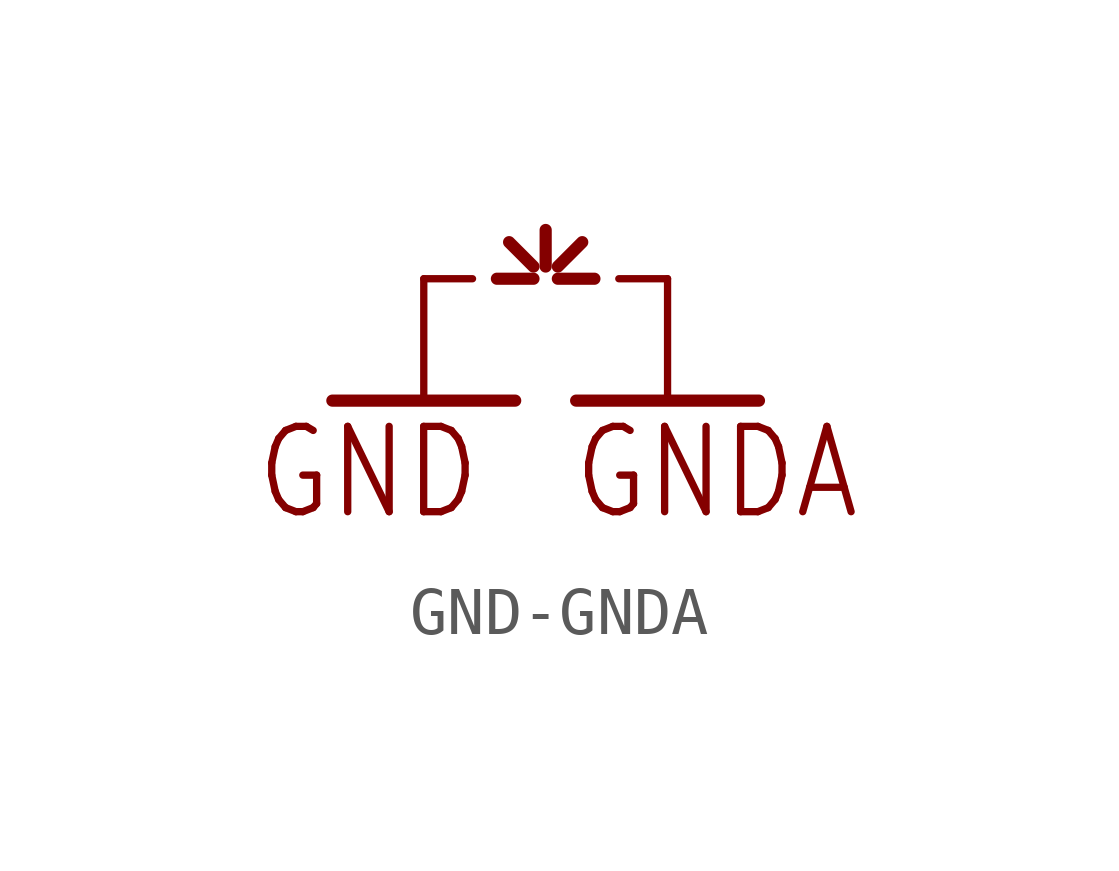
<source format=kicad_sym>
(kicad_symbol_lib
  (version 20231120)
  (generator "kicad_symbol_editor")
  (generator_version "8.0")
  (symbol "GND-GNDA"
    (property "Reference" "~NUDEV~"
      (at 0 0 0)
      (effects (font (size 1.27 1.27)) (hide yes)))
    (property "ki_locked" ""
      (at 0 0 0)
      (effects (font (size 1.27 1.27))))
    (symbol "GND-GNDA_1_0"
      (polyline (pts (xy -4.445 0) (xy -0.635 0)) (stroke (width 0.254) (type solid)) (fill (type none)))
      (polyline (pts (xy -2.54 2.54) (xy -1.524 2.54)) (stroke (width 0.152) (type solid)) (fill (type none)))
      (polyline (pts (xy -1.016 2.54) (xy -0.254 2.54)) (stroke (width 0.254) (type solid)) (fill (type none)))
      (polyline (pts (xy -0.254 2.794) (xy -0.762 3.302)) (stroke (width 0.254) (type solid)) (fill (type none)))
      (polyline (pts (xy 0 2.794) (xy 0 3.556)) (stroke (width 0.254) (type solid)) (fill (type none)))
      (polyline (pts (xy 0.254 2.54) (xy 1.016 2.54)) (stroke (width 0.254) (type solid)) (fill (type none)))
      (polyline (pts (xy 0.254 2.794) (xy 0.762 3.302)) (stroke (width 0.254) (type solid)) (fill (type none)))
      (polyline (pts (xy 0.635 0) (xy 4.445 0)) (stroke (width 0.254) (type solid)) (fill (type none)))
      (polyline (pts (xy 1.524 2.54) (xy 2.54 2.54)) (stroke (width 0.152) (type solid)) (fill (type none)))
      (text "GND" (at -6.096 -2.54 0) (effects (font (size 1.778 1.511)) (justify left bottom)))
      (text "GNDA" (at 0.508 -2.54 0) (effects (font (size 1.778 1.511)) (justify left bottom)))
      (pin power_in line (at -2.54 2.54 270) (length 2.54) (name "GND" (effects (font (size 0 0)))) (number "GND" (effects (font (size 0 0)))))
      (pin power_in line (at 2.54 2.54 270) (length 2.54) (name "GNDA" (effects (font (size 0 0)))) (number "GNDA" (effects (font (size 0 0))))))))
</source>
